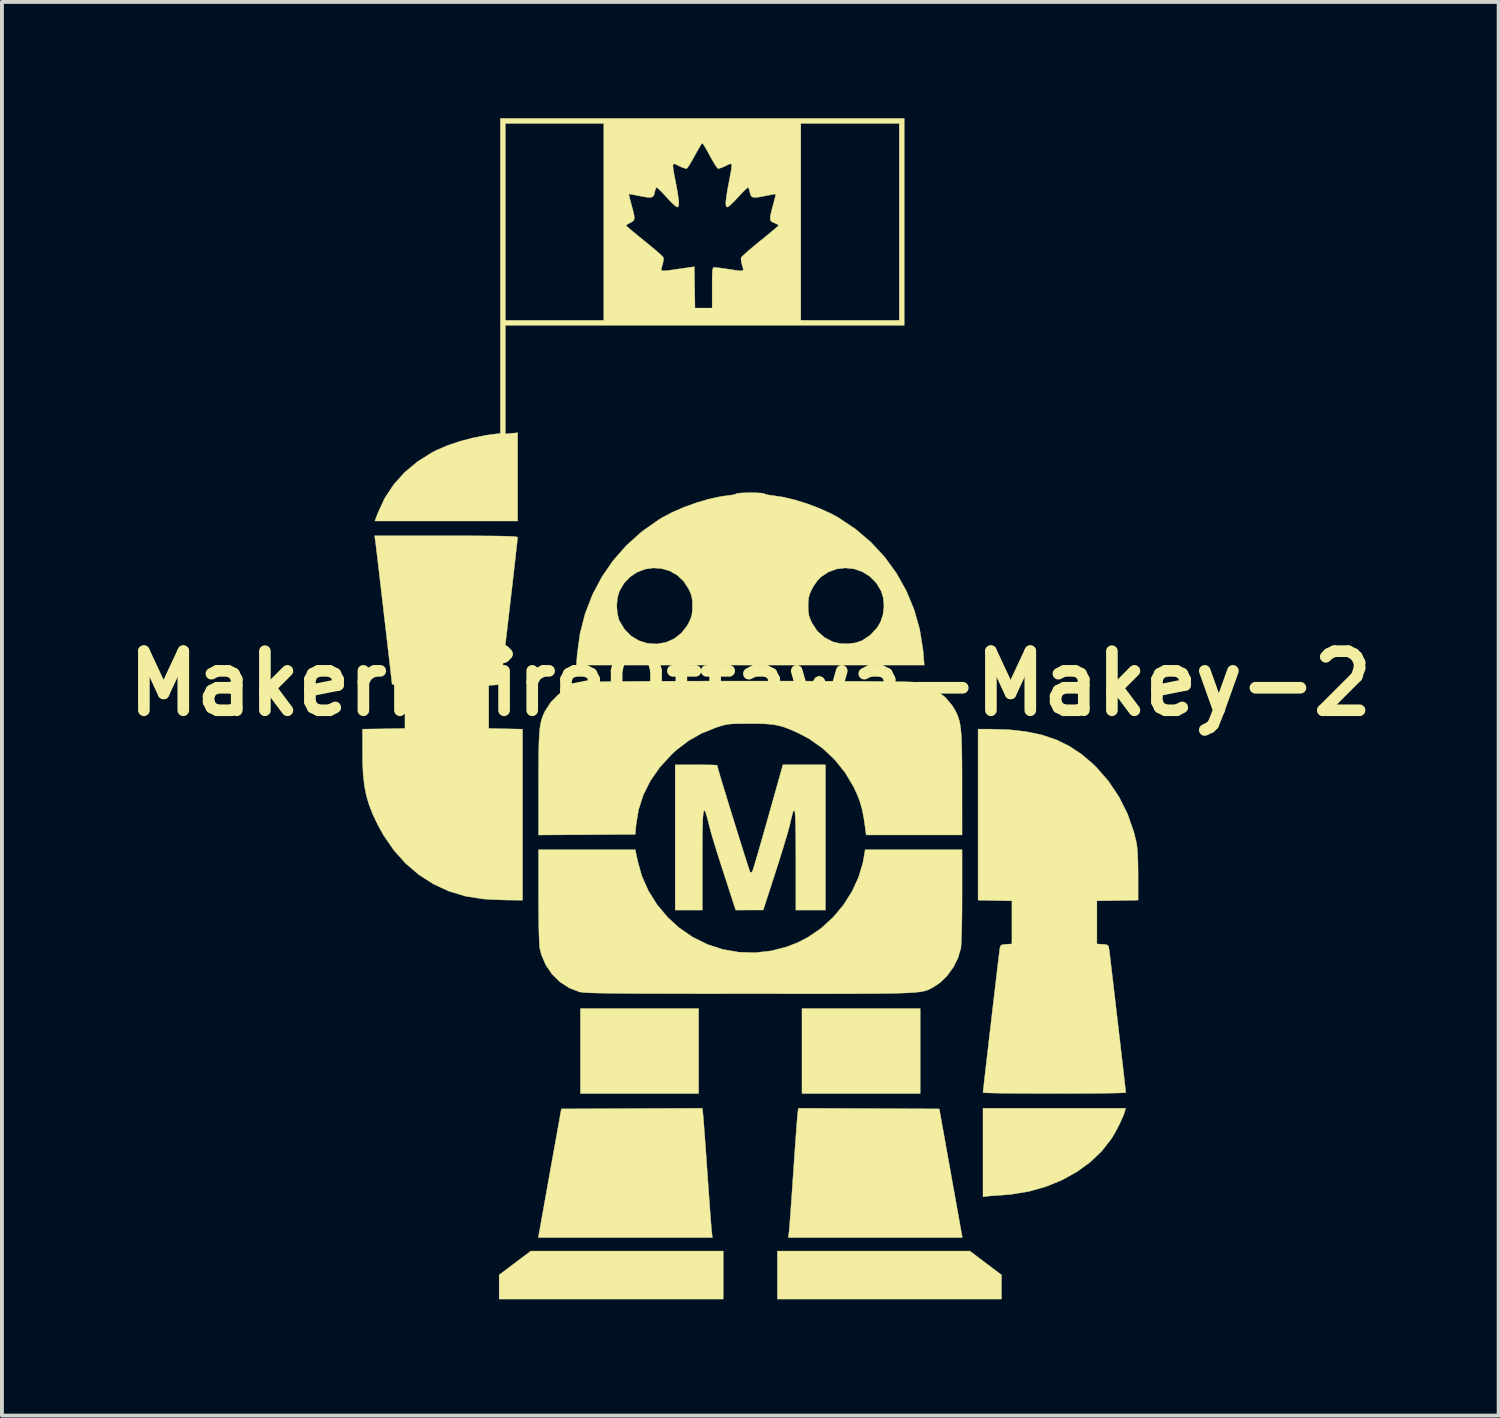
<source format=kicad_pcb>
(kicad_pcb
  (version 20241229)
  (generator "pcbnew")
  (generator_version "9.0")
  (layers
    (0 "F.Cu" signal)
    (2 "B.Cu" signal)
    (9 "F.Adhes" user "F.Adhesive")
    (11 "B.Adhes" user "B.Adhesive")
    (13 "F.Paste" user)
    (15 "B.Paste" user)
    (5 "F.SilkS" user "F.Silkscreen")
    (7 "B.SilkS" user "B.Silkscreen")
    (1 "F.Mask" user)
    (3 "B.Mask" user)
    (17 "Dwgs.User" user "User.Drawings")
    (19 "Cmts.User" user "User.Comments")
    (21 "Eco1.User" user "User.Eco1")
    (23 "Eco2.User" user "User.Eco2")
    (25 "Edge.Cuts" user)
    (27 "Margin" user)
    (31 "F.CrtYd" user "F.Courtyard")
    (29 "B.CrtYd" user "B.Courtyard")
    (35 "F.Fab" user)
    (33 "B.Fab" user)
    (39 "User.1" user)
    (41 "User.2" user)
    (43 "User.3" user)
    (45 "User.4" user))
  (footprint "MakerFaireOttawa-Makey-2"
    (layer "F.Cu")
    (at 16.3 14.578)
    (property "Reference" "MakerFaireOttawa-Makey-2" (at 0 0 0) (layer "F.SilkS") (effects (font (size 1.524 1.524) (thickness 0.3))))
    (attr through_hole)
    (fp_poly (pts (xy -1.333 10.573) (xy -4.381 10.573) (xy -4.381 8.382) (xy -1.333 8.382) (xy -1.333 10.573)) (stroke (width 0.01) (type solid)) (fill yes) (layer "F.SilkS"))
    (fp_poly (pts (xy 4.381 10.573) (xy 1.333 10.573) (xy 1.333 8.382) (xy 4.381 8.382) (xy 4.381 10.573)) (stroke (width 0.01) (type solid)) (fill yes) (layer "F.SilkS"))
    (fp_poly (pts (xy -0.699 15.875) (xy -6.477 15.875) (xy -6.477 15.251) (xy -6.07 14.944) (xy -5.663 14.637) (xy -0.699 14.637) (xy -0.699 15.875)) (stroke (width 0.01) (type solid)) (fill yes) (layer "F.SilkS"))
    (fp_poly (pts (xy 6.07 14.944) (xy 6.477 15.251) (xy 6.477 15.875) (xy 0.699 15.875) (xy 0.699 14.637) (xy 5.663 14.637) (xy 6.07 14.944)) (stroke (width 0.01) (type solid)) (fill yes) (layer "F.SilkS"))
    (fp_poly (pts (xy 9.661 11.025) (xy 9.628 11.123) (xy 9.57 11.257) (xy 9.498 11.409) (xy 9.418 11.561) (xy 9.341 11.694) (xy 9.314 11.737) (xy 9.066 12.056) (xy 8.767 12.341) (xy 8.424 12.591) (xy 8.043 12.802) (xy 7.629 12.972) (xy 7.189 13.097) (xy 6.727 13.174) (xy 6.493 13.193) (xy 6.347 13.202) (xy 6.217 13.212) (xy 6.12 13.221) (xy 6.088 13.225) (xy 6.001 13.238) (xy 6.001 10.954) (xy 9.678 10.954) (xy 9.661 11.025)) (stroke (width 0.01) (type solid)) (fill yes) (layer "F.SilkS"))
    (fp_poly (pts (xy -1.225 11.057) (xy -1.22 11.109) (xy -1.21 11.218) (xy -1.198 11.377) (xy -1.183 11.578) (xy -1.165 11.814) (xy -1.146 12.079) (xy -1.126 12.365) (xy -1.112 12.573) (xy -1.091 12.872) (xy -1.071 13.156) (xy -1.052 13.419) (xy -1.035 13.652) (xy -1.02 13.848) (xy -1.008 14) (xy -1 14.101) (xy -0.996 14.137) (xy -0.978 14.287) (xy -5.467 14.287) (xy -5.446 14.168) (xy -5.436 14.114) (xy -5.416 14.004) (xy -5.388 13.844) (xy -5.351 13.642) (xy -5.309 13.403) (xy -5.261 13.135) (xy -5.209 12.844) (xy -5.154 12.536) (xy -5.149 12.509) (xy -4.873 10.97) (xy -1.241 10.953) (xy -1.225 11.057)) (stroke (width 0.01) (type solid)) (fill yes) (layer "F.SilkS"))
    (fp_poly (pts (xy 4.873 10.97) (xy 5.149 12.509) (xy 5.204 12.818) (xy 5.257 13.111) (xy 5.305 13.381) (xy 5.348 13.622) (xy 5.385 13.828) (xy 5.414 13.992) (xy 5.435 14.107) (xy 5.445 14.166) (xy 5.446 14.168) (xy 5.467 14.287) (xy 0.98 14.287) (xy 0.998 14.153) (xy 1.004 14.093) (xy 1.013 13.978) (xy 1.026 13.813) (xy 1.041 13.606) (xy 1.058 13.365) (xy 1.077 13.096) (xy 1.097 12.806) (xy 1.112 12.589) (xy 1.132 12.29) (xy 1.152 12.008) (xy 1.17 11.75) (xy 1.187 11.522) (xy 1.201 11.331) (xy 1.213 11.185) (xy 1.221 11.09) (xy 1.225 11.057) (xy 1.241 10.953) (xy 4.873 10.97)) (stroke (width 0.01) (type solid)) (fill yes) (layer "F.SilkS"))
    (fp_poly (pts (xy -7.442 -3.81) (xy -7.1 -3.809) (xy -6.812 -3.807) (xy -6.576 -3.805) (xy -6.387 -3.802) (xy -6.241 -3.798) (xy -6.133 -3.793) (xy -6.06 -3.787) (xy -6.017 -3.78) (xy -6.001 -3.771) (xy -6.001 -3.77) (xy -6.004 -3.73) (xy -6.015 -3.634) (xy -6.031 -3.488) (xy -6.052 -3.3) (xy -6.077 -3.077) (xy -6.106 -2.825) (xy -6.137 -2.552) (xy -6.171 -2.263) (xy -6.205 -1.967) (xy -6.24 -1.669) (xy -6.274 -1.378) (xy -6.307 -1.098) (xy -6.337 -0.839) (xy -6.365 -0.606) (xy -6.389 -0.406) (xy -6.408 -0.247) (xy -6.422 -0.135) (xy -6.43 -0.077) (xy -6.43 -0.073) (xy -6.446 -0.011) (xy -6.477 0.02) (xy -6.543 0.034) (xy -6.597 0.038) (xy -6.747 0.048) (xy -6.747 1.159) (xy -6.31 1.168) (xy -5.874 1.177) (xy -5.874 5.588) (xy -6.247 5.584) (xy -6.431 5.579) (xy -6.625 5.572) (xy -6.803 5.562) (xy -6.895 5.555) (xy -7.345 5.484) (xy -7.773 5.355) (xy -8.174 5.17) (xy -8.546 4.931) (xy -8.887 4.64) (xy -9.192 4.299) (xy -9.46 3.91) (xy -9.607 3.644) (xy -9.733 3.379) (xy -9.83 3.13) (xy -9.903 2.885) (xy -9.953 2.629) (xy -9.984 2.347) (xy -9.999 2.026) (xy -10.001 1.792) (xy -10.001 1.176) (xy -9.454 1.168) (xy -8.906 1.159) (xy -8.906 0.048) (xy -9.073 0.038) (xy -9.166 0.03) (xy -9.226 0.02) (xy -9.239 0.013) (xy -9.243 -0.022) (xy -9.253 -0.113) (xy -9.269 -0.253) (xy -9.29 -0.437) (xy -9.315 -0.656) (xy -9.344 -0.904) (xy -9.375 -1.174) (xy -9.408 -1.46) (xy -9.443 -1.754) (xy -9.477 -2.051) (xy -9.511 -2.342) (xy -9.544 -2.621) (xy -9.574 -2.882) (xy -9.602 -3.117) (xy -9.626 -3.32) (xy -9.646 -3.484) (xy -9.66 -3.602) (xy -9.668 -3.668) (xy -9.669 -3.675) (xy -9.688 -3.81) (xy -7.844 -3.81) (xy -7.442 -3.81)) (stroke (width 0.01) (type solid)) (fill yes) (layer "F.SilkS"))
    (fp_poly (pts (xy -1.22 2.096) (xy -1.067 2.098) (xy -0.949 2.101) (xy -0.876 2.104) (xy -0.857 2.107) (xy -0.848 2.145) (xy -0.822 2.236) (xy -0.782 2.372) (xy -0.73 2.545) (xy -0.668 2.749) (xy -0.599 2.976) (xy -0.524 3.218) (xy -0.447 3.469) (xy -0.369 3.72) (xy -0.293 3.964) (xy -0.221 4.193) (xy -0.156 4.401) (xy -0.099 4.58) (xy -0.053 4.722) (xy -0.021 4.819) (xy -0.004 4.865) (xy -0.003 4.868) (xy 0.032 4.868) (xy 0.056 4.837) (xy 0.071 4.795) (xy 0.101 4.698) (xy 0.144 4.553) (xy 0.198 4.367) (xy 0.262 4.146) (xy 0.334 3.896) (xy 0.411 3.624) (xy 0.464 3.437) (xy 0.841 2.096) (xy 1.389 2.096) (xy 1.937 2.095) (xy 1.937 5.842) (xy 1.175 5.842) (xy 1.175 4.574) (xy 1.174 4.222) (xy 1.172 3.923) (xy 1.168 3.679) (xy 1.162 3.492) (xy 1.155 3.364) (xy 1.147 3.296) (xy 1.143 3.286) (xy 1.127 3.278) (xy 1.114 3.282) (xy 1.101 3.309) (xy 1.084 3.368) (xy 1.059 3.468) (xy 1.024 3.619) (xy 1.021 3.635) (xy 0.994 3.738) (xy 0.951 3.891) (xy 0.893 4.084) (xy 0.826 4.306) (xy 0.751 4.547) (xy 0.671 4.797) (xy 0.644 4.881) (xy 0.333 5.841) (xy -0.021 5.841) (xy -0.376 5.842) (xy -0.472 5.548) (xy -0.594 5.171) (xy -0.699 4.849) (xy -0.787 4.575) (xy -0.86 4.345) (xy -0.919 4.153) (xy -0.968 3.993) (xy -1.007 3.86) (xy -1.037 3.748) (xy -1.062 3.652) (xy -1.064 3.645) (xy -1.102 3.493) (xy -1.134 3.379) (xy -1.16 3.305) (xy -1.182 3.274) (xy -1.2 3.287) (xy -1.213 3.348) (xy -1.223 3.459) (xy -1.23 3.623) (xy -1.235 3.842) (xy -1.237 4.118) (xy -1.238 4.455) (xy -1.238 4.574) (xy -1.238 5.842) (xy -1.937 5.842) (xy -1.937 2.095) (xy -1.397 2.095) (xy -1.22 2.096)) (stroke (width 0.01) (type solid)) (fill yes) (layer "F.SilkS"))
    (fp_poly (pts (xy -2.909 4.568) (xy -2.797 4.966) (xy -2.627 5.348) (xy -2.403 5.705) (xy -2.13 6.031) (xy -1.839 6.297) (xy -1.486 6.54) (xy -1.107 6.727) (xy -0.709 6.857) (xy -0.297 6.929) (xy 0.121 6.942) (xy 0.541 6.894) (xy 0.935 6.792) (xy 1.232 6.676) (xy 1.501 6.535) (xy 1.767 6.354) (xy 1.856 6.286) (xy 2.149 6.016) (xy 2.406 5.706) (xy 2.621 5.366) (xy 2.788 5.006) (xy 2.9 4.637) (xy 2.925 4.508) (xy 2.962 4.286) (xy 5.461 4.286) (xy 5.461 5.473) (xy 5.46 5.763) (xy 5.458 6.035) (xy 5.454 6.279) (xy 5.448 6.489) (xy 5.442 6.658) (xy 5.435 6.776) (xy 5.429 6.83) (xy 5.355 7.078) (xy 5.235 7.317) (xy 5.078 7.534) (xy 4.895 7.713) (xy 4.737 7.82) (xy 4.691 7.845) (xy 4.649 7.868) (xy 4.608 7.889) (xy 4.565 7.907) (xy 4.515 7.923) (xy 4.456 7.937) (xy 4.385 7.95) (xy 4.297 7.96) (xy 4.191 7.969) (xy 4.061 7.977) (xy 3.906 7.983) (xy 3.722 7.988) (xy 3.505 7.992) (xy 3.253 7.995) (xy 2.961 7.997) (xy 2.627 7.998) (xy 2.247 7.999) (xy 1.818 8) (xy 1.337 8) (xy 0.8 7.999) (xy 0.203 7.999) (xy -0.015 7.999) (xy -0.631 7.999) (xy -1.187 7.998) (xy -1.685 7.997) (xy -2.13 7.996) (xy -2.523 7.995) (xy -2.869 7.994) (xy -3.17 7.992) (xy -3.43 7.99) (xy -3.652 7.987) (xy -3.838 7.984) (xy -3.992 7.981) (xy -4.117 7.977) (xy -4.216 7.972) (xy -4.293 7.967) (xy -4.35 7.961) (xy -4.391 7.955) (xy -4.41 7.951) (xy -4.675 7.848) (xy -4.913 7.692) (xy -5.115 7.492) (xy -5.277 7.254) (xy -5.39 6.986) (xy -5.429 6.83) (xy -5.436 6.756) (xy -5.443 6.627) (xy -5.45 6.45) (xy -5.455 6.232) (xy -5.458 5.981) (xy -5.46 5.705) (xy -5.461 5.473) (xy -5.461 4.286) (xy -2.966 4.286) (xy -2.909 4.568)) (stroke (width 0.01) (type solid)) (fill yes) (layer "F.SilkS"))
    (fp_poly (pts (xy 6.183 1.175) (xy 6.677 1.191) (xy 7.121 1.241) (xy 7.523 1.327) (xy 7.889 1.45) (xy 8.225 1.614) (xy 8.538 1.821) (xy 8.835 2.072) (xy 8.922 2.157) (xy 9.24 2.522) (xy 9.509 2.924) (xy 9.727 3.36) (xy 9.889 3.822) (xy 9.953 4.08) (xy 9.974 4.213) (xy 9.988 4.393) (xy 9.997 4.623) (xy 10.001 4.911) (xy 10.001 4.944) (xy 10.001 5.586) (xy 9.469 5.595) (xy 8.938 5.604) (xy 8.938 6.715) (xy 9.087 6.725) (xy 9.177 6.733) (xy 9.223 6.754) (xy 9.244 6.802) (xy 9.254 6.868) (xy 9.262 6.925) (xy 9.275 7.035) (xy 9.294 7.193) (xy 9.317 7.391) (xy 9.345 7.622) (xy 9.375 7.879) (xy 9.408 8.157) (xy 9.441 8.447) (xy 9.476 8.743) (xy 9.51 9.038) (xy 9.544 9.325) (xy 9.575 9.598) (xy 9.605 9.849) (xy 9.63 10.073) (xy 9.652 10.261) (xy 9.668 10.407) (xy 9.679 10.505) (xy 9.684 10.547) (xy 9.684 10.548) (xy 9.653 10.553) (xy 9.564 10.557) (xy 9.423 10.561) (xy 9.235 10.564) (xy 9.006 10.567) (xy 8.742 10.57) (xy 8.447 10.571) (xy 8.128 10.572) (xy 7.842 10.573) (xy 7.507 10.572) (xy 7.191 10.571) (xy 6.901 10.569) (xy 6.641 10.567) (xy 6.418 10.564) (xy 6.237 10.56) (xy 6.103 10.556) (xy 6.023 10.552) (xy 6.001 10.548) (xy 6.004 10.513) (xy 6.015 10.42) (xy 6.031 10.279) (xy 6.052 10.095) (xy 6.077 9.875) (xy 6.106 9.626) (xy 6.137 9.355) (xy 6.17 9.069) (xy 6.205 8.775) (xy 6.239 8.479) (xy 6.273 8.188) (xy 6.306 7.909) (xy 6.337 7.649) (xy 6.364 7.415) (xy 6.388 7.213) (xy 6.408 7.05) (xy 6.422 6.934) (xy 6.43 6.871) (xy 6.43 6.868) (xy 6.444 6.787) (xy 6.469 6.747) (xy 6.525 6.731) (xy 6.598 6.725) (xy 6.747 6.715) (xy 6.747 5.604) (xy 6.31 5.595) (xy 5.874 5.586) (xy 5.874 1.175) (xy 6.183 1.175)) (stroke (width 0.01) (type solid)) (fill yes) (layer "F.SilkS"))
    (fp_poly (pts (xy 0.62 -0.064) (xy 1.071 -0.063) (xy 1.511 -0.062) (xy 1.935 -0.061) (xy 2.338 -0.059) (xy 2.717 -0.057) (xy 3.066 -0.055) (xy 3.381 -0.052) (xy 3.657 -0.049) (xy 3.89 -0.046) (xy 4.074 -0.042) (xy 4.206 -0.038) (xy 4.28 -0.033) (xy 4.29 -0.032) (xy 4.558 0.048) (xy 4.808 0.181) (xy 5.029 0.358) (xy 5.209 0.57) (xy 5.292 0.709) (xy 5.331 0.79) (xy 5.363 0.871) (xy 5.39 0.959) (xy 5.411 1.059) (xy 5.427 1.178) (xy 5.44 1.323) (xy 5.449 1.501) (xy 5.455 1.717) (xy 5.458 1.978) (xy 5.46 2.29) (xy 5.46 2.596) (xy 5.461 3.905) (xy 2.988 3.905) (xy 2.969 3.754) (xy 2.931 3.487) (xy 2.888 3.264) (xy 2.835 3.07) (xy 2.767 2.886) (xy 2.679 2.693) (xy 2.666 2.667) (xy 2.446 2.297) (xy 2.177 1.962) (xy 1.865 1.669) (xy 1.516 1.423) (xy 1.233 1.274) (xy 1.048 1.192) (xy 0.89 1.13) (xy 0.743 1.087) (xy 0.592 1.058) (xy 0.421 1.042) (xy 0.217 1.034) (xy -0.016 1.033) (xy -0.221 1.034) (xy -0.377 1.036) (xy -0.496 1.042) (xy -0.592 1.053) (xy -0.678 1.071) (xy -0.768 1.096) (xy -0.875 1.131) (xy -0.889 1.136) (xy -1.259 1.285) (xy -1.591 1.473) (xy -1.901 1.71) (xy -2.023 1.822) (xy -2.328 2.152) (xy -2.574 2.502) (xy -2.759 2.871) (xy -2.884 3.26) (xy -2.946 3.643) (xy -2.969 3.889) (xy -4.215 3.898) (xy -5.461 3.906) (xy -5.461 2.58) (xy -5.46 2.223) (xy -5.458 1.923) (xy -5.455 1.674) (xy -5.449 1.468) (xy -5.44 1.3) (xy -5.428 1.162) (xy -5.411 1.049) (xy -5.39 0.954) (xy -5.363 0.87) (xy -5.331 0.79) (xy -5.292 0.709) (xy -5.289 0.704) (xy -5.141 0.478) (xy -4.944 0.281) (xy -4.711 0.122) (xy -4.455 0.01) (xy -4.29 -0.032) (xy -4.233 -0.036) (xy -4.118 -0.041) (xy -3.948 -0.044) (xy -3.729 -0.048) (xy -3.465 -0.051) (xy -3.161 -0.054) (xy -2.821 -0.057) (xy -2.45 -0.059) (xy -2.053 -0.06) (xy -1.634 -0.062) (xy -1.199 -0.063) (xy -0.751 -0.064) (xy -0.295 -0.064) (xy 0.163 -0.064) (xy 0.62 -0.064)) (stroke (width 0.01) (type solid)) (fill yes) (layer "F.SilkS"))
    (fp_poly (pts (xy 0.137 -4.919) (xy 0.251 -4.914) (xy 0.331 -4.905) (xy 0.362 -4.894) (xy 0.4 -4.877) (xy 0.483 -4.861) (xy 0.582 -4.848) (xy 0.854 -4.807) (xy 1.158 -4.733) (xy 1.476 -4.634) (xy 1.79 -4.515) (xy 2.08 -4.383) (xy 2.267 -4.282) (xy 2.713 -3.983) (xy 3.114 -3.641) (xy 3.468 -3.258) (xy 3.772 -2.84) (xy 4.025 -2.388) (xy 4.224 -1.907) (xy 4.368 -1.4) (xy 4.453 -0.87) (xy 4.464 -0.754) (xy 4.485 -0.476) (xy -4.485 -0.476) (xy -4.464 -0.754) (xy -4.391 -1.288) (xy -4.26 -1.801) (xy -4.174 -2.022) (xy -3.444 -2.022) (xy -3.432 -1.823) (xy -3.389 -1.648) (xy -3.376 -1.618) (xy -3.246 -1.4) (xy -3.076 -1.228) (xy -2.873 -1.105) (xy -2.647 -1.035) (xy -2.405 -1.021) (xy -2.167 -1.064) (xy -1.959 -1.158) (xy -1.776 -1.303) (xy -1.63 -1.489) (xy -1.591 -1.559) (xy -1.537 -1.677) (xy -1.507 -1.778) (xy -1.494 -1.892) (xy -1.492 -2) (xy 1.492 -2) (xy 1.496 -1.858) (xy 1.513 -1.751) (xy 1.549 -1.648) (xy 1.59 -1.561) (xy 1.727 -1.354) (xy 1.908 -1.191) (xy 2.126 -1.077) (xy 2.137 -1.073) (xy 2.321 -1.031) (xy 2.523 -1.025) (xy 2.72 -1.051) (xy 2.883 -1.108) (xy 3.095 -1.249) (xy 3.266 -1.433) (xy 3.356 -1.582) (xy 3.423 -1.78) (xy 3.447 -1.998) (xy 3.429 -2.213) (xy 3.375 -2.385) (xy 3.249 -2.595) (xy 3.084 -2.762) (xy 2.891 -2.883) (xy 2.677 -2.957) (xy 2.453 -2.982) (xy 2.227 -2.955) (xy 2.01 -2.875) (xy 1.817 -2.746) (xy 1.73 -2.653) (xy 1.643 -2.531) (xy 1.59 -2.439) (xy 1.536 -2.322) (xy 1.507 -2.221) (xy 1.494 -2.106) (xy 1.492 -2) (xy -1.492 -2) (xy -1.496 -2.142) (xy -1.513 -2.25) (xy -1.549 -2.353) (xy -1.59 -2.439) (xy -1.722 -2.642) (xy -1.888 -2.797) (xy -2.079 -2.905) (xy -2.286 -2.966) (xy -2.501 -2.981) (xy -2.714 -2.95) (xy -2.918 -2.872) (xy -3.103 -2.749) (xy -3.261 -2.581) (xy -3.375 -2.385) (xy -3.425 -2.218) (xy -3.444 -2.022) (xy -4.174 -2.022) (xy -4.072 -2.288) (xy -3.83 -2.746) (xy -3.537 -3.172) (xy -3.194 -3.562) (xy -2.803 -3.913) (xy -2.366 -4.222) (xy -2.267 -4.282) (xy -2.004 -4.42) (xy -1.706 -4.549) (xy -1.389 -4.663) (xy -1.073 -4.756) (xy -0.776 -4.821) (xy -0.582 -4.848) (xy -0.475 -4.862) (xy -0.395 -4.879) (xy -0.362 -4.894) (xy -0.325 -4.906) (xy -0.24 -4.914) (xy -0.124 -4.919) (xy 0.007 -4.921) (xy 0.137 -4.919)) (stroke (width 0.01) (type solid)) (fill yes) (layer "F.SilkS"))
    (fp_poly (pts (xy 3.969 -9.239) (xy -6.318 -9.239) (xy -6.318 -6.437) (xy -6.001 -6.468) (xy -6.001 -4.191) (xy -9.683 -4.191) (xy -9.607 -4.393) (xy -9.429 -4.778) (xy -9.198 -5.129) (xy -8.915 -5.445) (xy -8.584 -5.722) (xy -8.207 -5.959) (xy -8.112 -6.008) (xy -7.828 -6.132) (xy -7.5 -6.244) (xy -7.15 -6.336) (xy -6.798 -6.405) (xy -6.628 -6.429) (xy -6.445 -6.45) (xy -6.445 -10.512) (xy -6.445 -14.446) (xy -6.318 -14.446) (xy -6.318 -9.366) (xy -3.778 -9.366) (xy -3.778 -11.813) (xy -3.207 -11.813) (xy -3.183 -11.789) (xy -3.117 -11.731) (xy -3.017 -11.647) (xy -2.89 -11.542) (xy -2.744 -11.424) (xy -2.732 -11.414) (xy -2.583 -11.293) (xy -2.451 -11.182) (xy -2.345 -11.09) (xy -2.272 -11.022) (xy -2.241 -10.986) (xy -2.24 -10.986) (xy -2.239 -10.929) (xy -2.255 -10.838) (xy -2.269 -10.787) (xy -2.289 -10.725) (xy -2.299 -10.682) (xy -2.292 -10.655) (xy -2.258 -10.643) (xy -2.191 -10.645) (xy -2.08 -10.658) (xy -1.919 -10.682) (xy -1.826 -10.695) (xy -1.445 -10.75) (xy -1.427 -9.684) (xy -0.984 -9.684) (xy -0.984 -10.208) (xy -0.984 -10.401) (xy -0.982 -10.541) (xy -0.977 -10.634) (xy -0.969 -10.691) (xy -0.956 -10.72) (xy -0.938 -10.731) (xy -0.926 -10.732) (xy -0.871 -10.727) (xy -0.769 -10.715) (xy -0.639 -10.697) (xy -0.553 -10.684) (xy -0.389 -10.659) (xy -0.279 -10.645) (xy -0.214 -10.643) (xy -0.185 -10.658) (xy -0.182 -10.69) (xy -0.197 -10.744) (xy -0.21 -10.785) (xy -0.233 -10.883) (xy -0.24 -10.961) (xy -0.237 -10.983) (xy -0.207 -11.018) (xy -0.136 -11.085) (xy -0.031 -11.177) (xy 0.1 -11.287) (xy 0.248 -11.409) (xy 0.255 -11.414) (xy 0.403 -11.534) (xy 0.532 -11.64) (xy 0.634 -11.727) (xy 0.703 -11.788) (xy 0.73 -11.816) (xy 0.73 -11.817) (xy 0.703 -11.841) (xy 0.637 -11.872) (xy 0.619 -11.879) (xy 0.562 -11.904) (xy 0.526 -11.936) (xy 0.513 -11.986) (xy 0.519 -12.065) (xy 0.546 -12.184) (xy 0.586 -12.334) (xy 0.619 -12.458) (xy 0.644 -12.556) (xy 0.657 -12.615) (xy 0.658 -12.625) (xy 0.626 -12.622) (xy 0.546 -12.608) (xy 0.432 -12.586) (xy 0.365 -12.573) (xy 0.214 -12.545) (xy 0.113 -12.536) (xy 0.05 -12.549) (xy 0.013 -12.589) (xy -0.009 -12.658) (xy -0.014 -12.685) (xy -0.034 -12.758) (xy -0.058 -12.794) (xy -0.062 -12.795) (xy -0.093 -12.773) (xy -0.156 -12.713) (xy -0.241 -12.625) (xy -0.318 -12.541) (xy -0.415 -12.437) (xy -0.501 -12.354) (xy -0.564 -12.301) (xy -0.591 -12.287) (xy -0.618 -12.302) (xy -0.631 -12.349) (xy -0.63 -12.435) (xy -0.615 -12.566) (xy -0.585 -12.749) (xy -0.555 -12.905) (xy -0.518 -13.101) (xy -0.492 -13.242) (xy -0.481 -13.334) (xy -0.484 -13.386) (xy -0.505 -13.404) (xy -0.542 -13.396) (xy -0.6 -13.369) (xy -0.638 -13.349) (xy -0.733 -13.307) (xy -0.807 -13.283) (xy -0.837 -13.281) (xy -0.865 -13.314) (xy -0.916 -13.391) (xy -0.98 -13.5) (xy -1.045 -13.617) (xy -1.114 -13.744) (xy -1.174 -13.847) (xy -1.218 -13.916) (xy -1.238 -13.938) (xy -1.261 -13.912) (xy -1.306 -13.84) (xy -1.367 -13.735) (xy -1.432 -13.617) (xy -1.503 -13.488) (xy -1.567 -13.381) (xy -1.615 -13.308) (xy -1.64 -13.281) (xy -1.686 -13.287) (xy -1.768 -13.316) (xy -1.838 -13.349) (xy -1.906 -13.384) (xy -1.954 -13.403) (xy -1.983 -13.4) (xy -1.996 -13.366) (xy -1.992 -13.296) (xy -1.974 -13.182) (xy -1.943 -13.017) (xy -1.921 -12.905) (xy -1.88 -12.684) (xy -1.855 -12.519) (xy -1.844 -12.403) (xy -1.848 -12.33) (xy -1.866 -12.294) (xy -1.886 -12.287) (xy -1.924 -12.31) (xy -1.993 -12.37) (xy -2.083 -12.459) (xy -2.159 -12.541) (xy -2.255 -12.645) (xy -2.336 -12.728) (xy -2.393 -12.781) (xy -2.415 -12.795) (xy -2.438 -12.768) (xy -2.46 -12.699) (xy -2.463 -12.685) (xy -2.482 -12.606) (xy -2.513 -12.558) (xy -2.567 -12.537) (xy -2.655 -12.54) (xy -2.79 -12.563) (xy -2.842 -12.573) (xy -2.967 -12.598) (xy -3.066 -12.616) (xy -3.125 -12.625) (xy -3.134 -12.625) (xy -3.129 -12.593) (xy -3.11 -12.514) (xy -3.081 -12.402) (xy -3.063 -12.334) (xy -3.02 -12.174) (xy -2.996 -12.064) (xy -2.992 -11.991) (xy -3.008 -11.944) (xy -3.045 -11.911) (xy -3.096 -11.884) (xy -3.166 -11.846) (xy -3.204 -11.818) (xy -3.207 -11.813) (xy -3.778 -11.813) (xy -3.778 -14.446) (xy 1.302 -14.446) (xy 1.302 -9.366) (xy 3.842 -9.366) (xy 3.842 -14.446) (xy 1.302 -14.446) (xy -3.778 -14.446) (xy -6.318 -14.446) (xy -6.445 -14.446) (xy -6.445 -14.573) (xy 3.969 -14.573) (xy 3.969 -9.239)) (stroke (width 0.01) (type solid)) (fill yes) (layer "F.SilkS")))
  (gr_rect
    (start -3 -3)
    (end 35.599 33.458)
    (stroke (width 0.1) (type default))
    (fill no)
    (layer "Edge.Cuts")))
</source>
